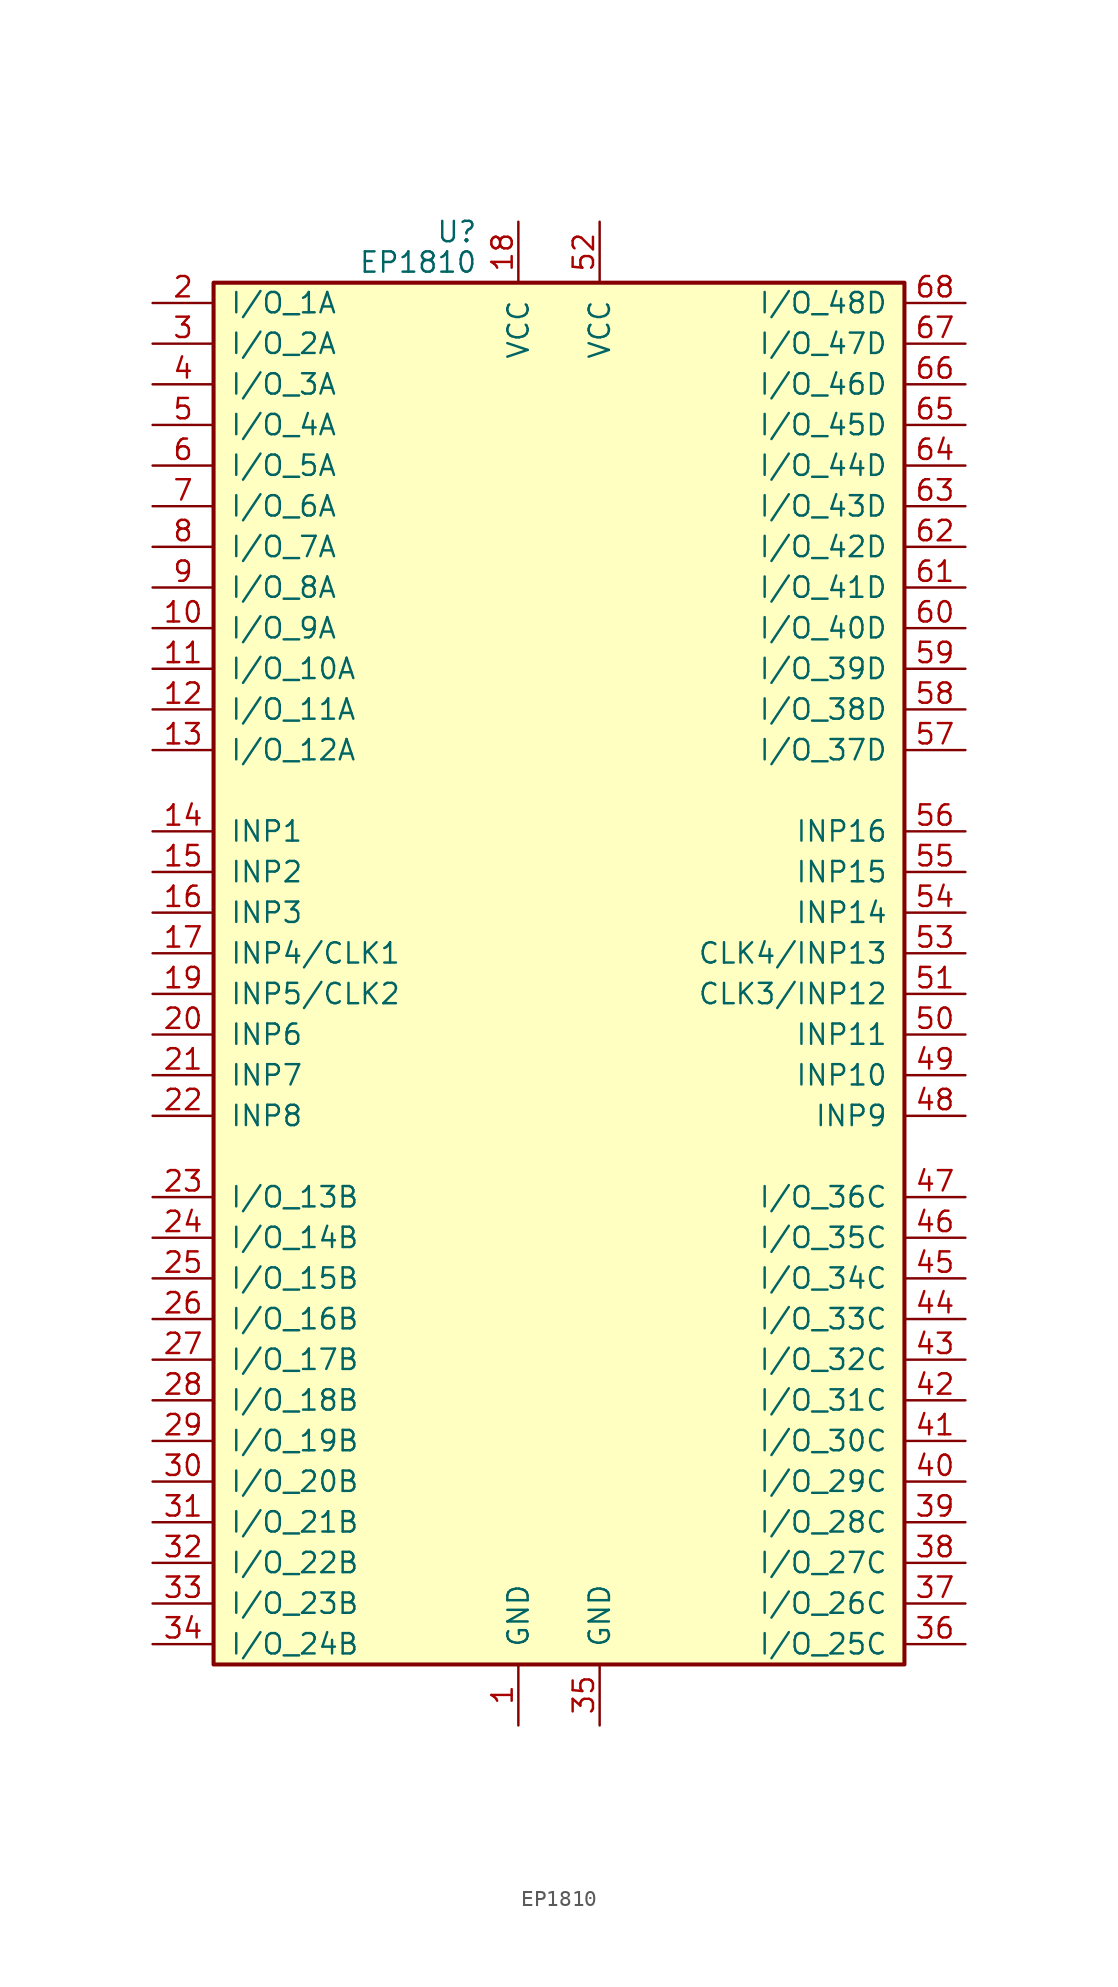
<source format=kicad_sym>
(kicad_symbol_lib
  (version 20201005)
  (generator kicad_symbol_editor)
  (symbol "EP1810"
    (pin_names
      (offset 1.016))
    (property "Reference" "U"
      (at -5.08 47.625 0)
      (effects (font (size 1.27 1.27)) (justify right)))
    (property "Value" "EP1810"
      (at -5.08 45.72 0)
      (effects (font (size 1.27 1.27)) (justify right)))
    (symbol "EP1810_0_1"
      (rectangle (start -21.59 -41.91) (end 21.59 44.45) (stroke (width 0.254)) (fill (type background))))
    (symbol "EP1810_1_1"
      (pin power_in line (at -2.54 -45.72 90) (length 3.81) (name "GND" (effects (font (size 1.27 1.27)))) (number "1" (effects (font (size 1.27 1.27)))))
      (pin input line (at -25.4 22.86 0) (length 3.81) (name "I/O_9A" (effects (font (size 1.27 1.27)))) (number "10" (effects (font (size 1.27 1.27)))))
      (pin input line (at -25.4 20.32 0) (length 3.81) (name "I/O_10A" (effects (font (size 1.27 1.27)))) (number "11" (effects (font (size 1.27 1.27)))))
      (pin input line (at -25.4 17.78 0) (length 3.81) (name "I/O_11A" (effects (font (size 1.27 1.27)))) (number "12" (effects (font (size 1.27 1.27)))))
      (pin input line (at -25.4 15.24 0) (length 3.81) (name "I/O_12A" (effects (font (size 1.27 1.27)))) (number "13" (effects (font (size 1.27 1.27)))))
      (pin input line (at -25.4 10.16 0) (length 3.81) (name "INP1" (effects (font (size 1.27 1.27)))) (number "14" (effects (font (size 1.27 1.27)))))
      (pin input line (at -25.4 7.62 0) (length 3.81) (name "INP2" (effects (font (size 1.27 1.27)))) (number "15" (effects (font (size 1.27 1.27)))))
      (pin input line (at -25.4 5.08 0) (length 3.81) (name "INP3" (effects (font (size 1.27 1.27)))) (number "16" (effects (font (size 1.27 1.27)))))
      (pin input line (at -25.4 2.54 0) (length 3.81) (name "INP4/CLK1" (effects (font (size 1.27 1.27)))) (number "17" (effects (font (size 1.27 1.27)))))
      (pin power_in line (at -2.54 48.26 270) (length 3.81) (name "VCC" (effects (font (size 1.27 1.27)))) (number "18" (effects (font (size 1.27 1.27)))))
      (pin input line (at -25.4 0 0) (length 3.81) (name "INP5/CLK2" (effects (font (size 1.27 1.27)))) (number "19" (effects (font (size 1.27 1.27)))))
      (pin input line (at -25.4 43.18 0) (length 3.81) (name "I/O_1A" (effects (font (size 1.27 1.27)))) (number "2" (effects (font (size 1.27 1.27)))))
      (pin input line (at -25.4 -2.54 0) (length 3.81) (name "INP6" (effects (font (size 1.27 1.27)))) (number "20" (effects (font (size 1.27 1.27)))))
      (pin input line (at -25.4 -5.08 0) (length 3.81) (name "INP7" (effects (font (size 1.27 1.27)))) (number "21" (effects (font (size 1.27 1.27)))))
      (pin input line (at -25.4 -7.62 0) (length 3.81) (name "INP8" (effects (font (size 1.27 1.27)))) (number "22" (effects (font (size 1.27 1.27)))))
      (pin input line (at -25.4 -12.7 0) (length 3.81) (name "I/O_13B" (effects (font (size 1.27 1.27)))) (number "23" (effects (font (size 1.27 1.27)))))
      (pin input line (at -25.4 -15.24 0) (length 3.81) (name "I/O_14B" (effects (font (size 1.27 1.27)))) (number "24" (effects (font (size 1.27 1.27)))))
      (pin input line (at -25.4 -17.78 0) (length 3.81) (name "I/O_15B" (effects (font (size 1.27 1.27)))) (number "25" (effects (font (size 1.27 1.27)))))
      (pin input line (at -25.4 -20.32 0) (length 3.81) (name "I/O_16B" (effects (font (size 1.27 1.27)))) (number "26" (effects (font (size 1.27 1.27)))))
      (pin input line (at -25.4 -22.86 0) (length 3.81) (name "I/O_17B" (effects (font (size 1.27 1.27)))) (number "27" (effects (font (size 1.27 1.27)))))
      (pin input line (at -25.4 -25.4 0) (length 3.81) (name "I/O_18B" (effects (font (size 1.27 1.27)))) (number "28" (effects (font (size 1.27 1.27)))))
      (pin input line (at -25.4 -27.94 0) (length 3.81) (name "I/O_19B" (effects (font (size 1.27 1.27)))) (number "29" (effects (font (size 1.27 1.27)))))
      (pin input line (at -25.4 40.64 0) (length 3.81) (name "I/O_2A" (effects (font (size 1.27 1.27)))) (number "3" (effects (font (size 1.27 1.27)))))
      (pin input line (at -25.4 -30.48 0) (length 3.81) (name "I/O_20B" (effects (font (size 1.27 1.27)))) (number "30" (effects (font (size 1.27 1.27)))))
      (pin input line (at -25.4 -33.02 0) (length 3.81) (name "I/O_21B" (effects (font (size 1.27 1.27)))) (number "31" (effects (font (size 1.27 1.27)))))
      (pin input line (at -25.4 -35.56 0) (length 3.81) (name "I/O_22B" (effects (font (size 1.27 1.27)))) (number "32" (effects (font (size 1.27 1.27)))))
      (pin input line (at -25.4 -38.1 0) (length 3.81) (name "I/O_23B" (effects (font (size 1.27 1.27)))) (number "33" (effects (font (size 1.27 1.27)))))
      (pin input line (at -25.4 -40.64 0) (length 3.81) (name "I/O_24B" (effects (font (size 1.27 1.27)))) (number "34" (effects (font (size 1.27 1.27)))))
      (pin power_in line (at 2.54 -45.72 90) (length 3.81) (name "GND" (effects (font (size 1.27 1.27)))) (number "35" (effects (font (size 1.27 1.27)))))
      (pin input line (at 25.4 -40.64 180) (length 3.81) (name "I/O_25C" (effects (font (size 1.27 1.27)))) (number "36" (effects (font (size 1.27 1.27)))))
      (pin input line (at 25.4 -38.1 180) (length 3.81) (name "I/O_26C" (effects (font (size 1.27 1.27)))) (number "37" (effects (font (size 1.27 1.27)))))
      (pin input line (at 25.4 -35.56 180) (length 3.81) (name "I/O_27C" (effects (font (size 1.27 1.27)))) (number "38" (effects (font (size 1.27 1.27)))))
      (pin input line (at 25.4 -33.02 180) (length 3.81) (name "I/O_28C" (effects (font (size 1.27 1.27)))) (number "39" (effects (font (size 1.27 1.27)))))
      (pin input line (at -25.4 38.1 0) (length 3.81) (name "I/O_3A" (effects (font (size 1.27 1.27)))) (number "4" (effects (font (size 1.27 1.27)))))
      (pin input line (at 25.4 -30.48 180) (length 3.81) (name "I/O_29C" (effects (font (size 1.27 1.27)))) (number "40" (effects (font (size 1.27 1.27)))))
      (pin input line (at 25.4 -27.94 180) (length 3.81) (name "I/O_30C" (effects (font (size 1.27 1.27)))) (number "41" (effects (font (size 1.27 1.27)))))
      (pin input line (at 25.4 -25.4 180) (length 3.81) (name "I/O_31C" (effects (font (size 1.27 1.27)))) (number "42" (effects (font (size 1.27 1.27)))))
      (pin input line (at 25.4 -22.86 180) (length 3.81) (name "I/O_32C" (effects (font (size 1.27 1.27)))) (number "43" (effects (font (size 1.27 1.27)))))
      (pin input line (at 25.4 -20.32 180) (length 3.81) (name "I/O_33C" (effects (font (size 1.27 1.27)))) (number "44" (effects (font (size 1.27 1.27)))))
      (pin input line (at 25.4 -17.78 180) (length 3.81) (name "I/O_34C" (effects (font (size 1.27 1.27)))) (number "45" (effects (font (size 1.27 1.27)))))
      (pin input line (at 25.4 -15.24 180) (length 3.81) (name "I/O_35C" (effects (font (size 1.27 1.27)))) (number "46" (effects (font (size 1.27 1.27)))))
      (pin input line (at 25.4 -12.7 180) (length 3.81) (name "I/O_36C" (effects (font (size 1.27 1.27)))) (number "47" (effects (font (size 1.27 1.27)))))
      (pin input line (at 25.4 -7.62 180) (length 3.81) (name "INP9" (effects (font (size 1.27 1.27)))) (number "48" (effects (font (size 1.27 1.27)))))
      (pin input line (at 25.4 -5.08 180) (length 3.81) (name "INP10" (effects (font (size 1.27 1.27)))) (number "49" (effects (font (size 1.27 1.27)))))
      (pin input line (at -25.4 35.56 0) (length 3.81) (name "I/O_4A" (effects (font (size 1.27 1.27)))) (number "5" (effects (font (size 1.27 1.27)))))
      (pin input line (at 25.4 -2.54 180) (length 3.81) (name "INP11" (effects (font (size 1.27 1.27)))) (number "50" (effects (font (size 1.27 1.27)))))
      (pin input line (at 25.4 0 180) (length 3.81) (name "CLK3/INP12" (effects (font (size 1.27 1.27)))) (number "51" (effects (font (size 1.27 1.27)))))
      (pin power_in line (at 2.54 48.26 270) (length 3.81) (name "VCC" (effects (font (size 1.27 1.27)))) (number "52" (effects (font (size 1.27 1.27)))))
      (pin input line (at 25.4 2.54 180) (length 3.81) (name "CLK4/INP13" (effects (font (size 1.27 1.27)))) (number "53" (effects (font (size 1.27 1.27)))))
      (pin input line (at 25.4 5.08 180) (length 3.81) (name "INP14" (effects (font (size 1.27 1.27)))) (number "54" (effects (font (size 1.27 1.27)))))
      (pin input line (at 25.4 7.62 180) (length 3.81) (name "INP15" (effects (font (size 1.27 1.27)))) (number "55" (effects (font (size 1.27 1.27)))))
      (pin input line (at 25.4 10.16 180) (length 3.81) (name "INP16" (effects (font (size 1.27 1.27)))) (number "56" (effects (font (size 1.27 1.27)))))
      (pin input line (at 25.4 15.24 180) (length 3.81) (name "I/O_37D" (effects (font (size 1.27 1.27)))) (number "57" (effects (font (size 1.27 1.27)))))
      (pin input line (at 25.4 17.78 180) (length 3.81) (name "I/O_38D" (effects (font (size 1.27 1.27)))) (number "58" (effects (font (size 1.27 1.27)))))
      (pin input line (at 25.4 20.32 180) (length 3.81) (name "I/O_39D" (effects (font (size 1.27 1.27)))) (number "59" (effects (font (size 1.27 1.27)))))
      (pin input line (at -25.4 33.02 0) (length 3.81) (name "I/O_5A" (effects (font (size 1.27 1.27)))) (number "6" (effects (font (size 1.27 1.27)))))
      (pin input line (at 25.4 22.86 180) (length 3.81) (name "I/O_40D" (effects (font (size 1.27 1.27)))) (number "60" (effects (font (size 1.27 1.27)))))
      (pin input line (at 25.4 25.4 180) (length 3.81) (name "I/O_41D" (effects (font (size 1.27 1.27)))) (number "61" (effects (font (size 1.27 1.27)))))
      (pin input line (at 25.4 27.94 180) (length 3.81) (name "I/O_42D" (effects (font (size 1.27 1.27)))) (number "62" (effects (font (size 1.27 1.27)))))
      (pin input line (at 25.4 30.48 180) (length 3.81) (name "I/O_43D" (effects (font (size 1.27 1.27)))) (number "63" (effects (font (size 1.27 1.27)))))
      (pin input line (at 25.4 33.02 180) (length 3.81) (name "I/O_44D" (effects (font (size 1.27 1.27)))) (number "64" (effects (font (size 1.27 1.27)))))
      (pin input line (at 25.4 35.56 180) (length 3.81) (name "I/O_45D" (effects (font (size 1.27 1.27)))) (number "65" (effects (font (size 1.27 1.27)))))
      (pin input line (at 25.4 38.1 180) (length 3.81) (name "I/O_46D" (effects (font (size 1.27 1.27)))) (number "66" (effects (font (size 1.27 1.27)))))
      (pin input line (at 25.4 40.64 180) (length 3.81) (name "I/O_47D" (effects (font (size 1.27 1.27)))) (number "67" (effects (font (size 1.27 1.27)))))
      (pin input line (at 25.4 43.18 180) (length 3.81) (name "I/O_48D" (effects (font (size 1.27 1.27)))) (number "68" (effects (font (size 1.27 1.27)))))
      (pin input line (at -25.4 30.48 0) (length 3.81) (name "I/O_6A" (effects (font (size 1.27 1.27)))) (number "7" (effects (font (size 1.27 1.27)))))
      (pin input line (at -25.4 27.94 0) (length 3.81) (name "I/O_7A" (effects (font (size 1.27 1.27)))) (number "8" (effects (font (size 1.27 1.27)))))
      (pin input line (at -25.4 25.4 0) (length 3.81) (name "I/O_8A" (effects (font (size 1.27 1.27)))) (number "9" (effects (font (size 1.27 1.27))))))))
</source>
